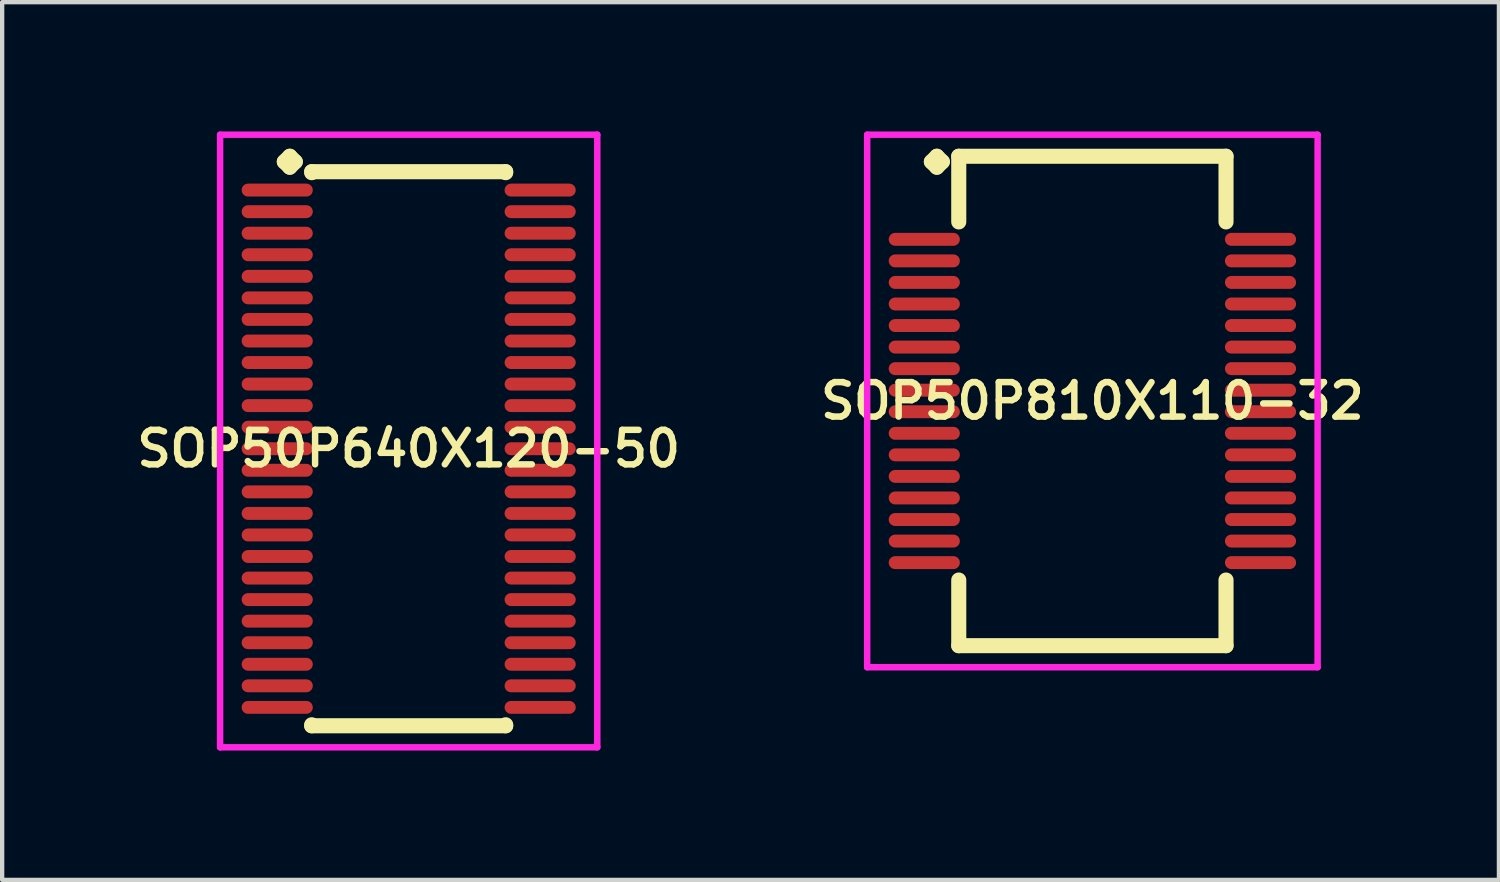
<source format=kicad_pcb>
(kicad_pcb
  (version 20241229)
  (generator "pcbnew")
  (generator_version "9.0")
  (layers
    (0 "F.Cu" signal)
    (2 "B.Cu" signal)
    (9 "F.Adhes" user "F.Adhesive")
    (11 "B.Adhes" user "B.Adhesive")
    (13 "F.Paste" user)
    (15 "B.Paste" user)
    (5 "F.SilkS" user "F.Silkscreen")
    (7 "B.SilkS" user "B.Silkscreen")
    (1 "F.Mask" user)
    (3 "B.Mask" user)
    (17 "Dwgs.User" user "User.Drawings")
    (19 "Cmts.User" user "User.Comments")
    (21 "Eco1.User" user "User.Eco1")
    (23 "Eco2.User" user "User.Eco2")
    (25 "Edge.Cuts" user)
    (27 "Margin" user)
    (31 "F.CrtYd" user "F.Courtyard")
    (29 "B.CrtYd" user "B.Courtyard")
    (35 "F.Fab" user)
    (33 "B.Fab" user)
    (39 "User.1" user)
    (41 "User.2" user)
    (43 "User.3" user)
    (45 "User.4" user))
  (footprint "SOP50P640X120-50"
    (layer "F.Cu")
    (at 6.431 7.36)
    (property "Reference" "SOP50P640X120-50" (at 0 0 0) (layer "F.SilkS") (effects (font (size 0.8 0.8) (thickness 0.15))))
    (attr smd)
    (fp_line (start -2.885 -6.658) (end -2.758 -6.785) (stroke (width 0.35) (type solid)) (layer "F.SilkS"))
    (fp_line (start -2.758 -6.785) (end -2.631 -6.658) (stroke (width 0.35) (type solid)) (layer "F.SilkS"))
    (fp_line (start -2.758 -6.531) (end -2.885 -6.658) (stroke (width 0.35) (type solid)) (layer "F.SilkS"))
    (fp_line (start -2.631 -6.658) (end -2.758 -6.531) (stroke (width 0.35) (type solid)) (layer "F.SilkS"))
    (fp_line (start -2.25 -6.427) (end 2.25 -6.427) (stroke (width 0.35) (type solid)) (layer "F.SilkS"))
    (fp_line (start -2.25 -6.404) (end -2.25 -6.427) (stroke (width 0.35) (type solid)) (layer "F.SilkS"))
    (fp_line (start -2.25 6.404) (end -2.25 6.427) (stroke (width 0.35) (type solid)) (layer "F.SilkS"))
    (fp_line (start -2.25 6.427) (end 2.25 6.427) (stroke (width 0.35) (type solid)) (layer "F.SilkS"))
    (fp_line (start 2.25 -6.427) (end 2.25 -6.404) (stroke (width 0.35) (type solid)) (layer "F.SilkS"))
    (fp_line (start 2.25 6.427) (end 2.25 6.404) (stroke (width 0.35) (type solid)) (layer "F.SilkS"))
    (fp_line (start -4.375 -7.285) (end 4.375 -7.285) (stroke (width 0.15) (type solid)) (layer "F.CrtYd"))
    (fp_line (start -4.375 6.927) (end -4.375 -7.285) (stroke (width 0.15) (type solid)) (layer "F.CrtYd"))
    (fp_line (start 4.375 -7.285) (end 4.375 6.927) (stroke (width 0.15) (type solid)) (layer "F.CrtYd"))
    (fp_line (start 4.375 6.927) (end -4.375 6.927) (stroke (width 0.15) (type solid)) (layer "F.CrtYd"))
    (pad "1" smd oval (at -3.05 -6) (size 1.65 0.3) (layers "F.Cu" "F.Mask" "F.Paste"))
    (pad "2" smd oval (at -3.05 -5.5) (size 1.65 0.3) (layers "F.Cu" "F.Mask" "F.Paste"))
    (pad "3" smd oval (at -3.05 -5) (size 1.65 0.3) (layers "F.Cu" "F.Mask" "F.Paste"))
    (pad "4" smd oval (at -3.05 -4.5) (size 1.65 0.3) (layers "F.Cu" "F.Mask" "F.Paste"))
    (pad "5" smd oval (at -3.05 -4) (size 1.65 0.3) (layers "F.Cu" "F.Mask" "F.Paste"))
    (pad "6" smd oval (at -3.05 -3.5) (size 1.65 0.3) (layers "F.Cu" "F.Mask" "F.Paste"))
    (pad "7" smd oval (at -3.05 -3) (size 1.65 0.3) (layers "F.Cu" "F.Mask" "F.Paste"))
    (pad "8" smd oval (at -3.05 -2.5) (size 1.65 0.3) (layers "F.Cu" "F.Mask" "F.Paste"))
    (pad "9" smd oval (at -3.05 -2) (size 1.65 0.3) (layers "F.Cu" "F.Mask" "F.Paste"))
    (pad "10" smd oval (at -3.05 -1.5) (size 1.65 0.3) (layers "F.Cu" "F.Mask" "F.Paste"))
    (pad "11" smd oval (at -3.05 -1) (size 1.65 0.3) (layers "F.Cu" "F.Mask" "F.Paste"))
    (pad "12" smd oval (at -3.05 -0.5) (size 1.65 0.3) (layers "F.Cu" "F.Mask" "F.Paste"))
    (pad "13" smd oval (at -3.05 0) (size 1.65 0.3) (layers "F.Cu" "F.Mask" "F.Paste"))
    (pad "14" smd oval (at -3.05 0.5) (size 1.65 0.3) (layers "F.Cu" "F.Mask" "F.Paste"))
    (pad "15" smd oval (at -3.05 1) (size 1.65 0.3) (layers "F.Cu" "F.Mask" "F.Paste"))
    (pad "16" smd oval (at -3.05 1.5) (size 1.65 0.3) (layers "F.Cu" "F.Mask" "F.Paste"))
    (pad "17" smd oval (at -3.05 2) (size 1.65 0.3) (layers "F.Cu" "F.Mask" "F.Paste"))
    (pad "18" smd oval (at -3.05 2.5) (size 1.65 0.3) (layers "F.Cu" "F.Mask" "F.Paste"))
    (pad "19" smd oval (at -3.05 3) (size 1.65 0.3) (layers "F.Cu" "F.Mask" "F.Paste"))
    (pad "20" smd oval (at -3.05 3.5) (size 1.65 0.3) (layers "F.Cu" "F.Mask" "F.Paste"))
    (pad "21" smd oval (at -3.05 4) (size 1.65 0.3) (layers "F.Cu" "F.Mask" "F.Paste"))
    (pad "22" smd oval (at -3.05 4.5) (size 1.65 0.3) (layers "F.Cu" "F.Mask" "F.Paste"))
    (pad "23" smd oval (at -3.05 5) (size 1.65 0.3) (layers "F.Cu" "F.Mask" "F.Paste"))
    (pad "24" smd oval (at -3.05 5.5) (size 1.65 0.3) (layers "F.Cu" "F.Mask" "F.Paste"))
    (pad "25" smd oval (at -3.05 6) (size 1.65 0.3) (layers "F.Cu" "F.Mask" "F.Paste"))
    (pad "26" smd oval (at 3.05 6) (size 1.65 0.3) (layers "F.Cu" "F.Mask" "F.Paste"))
    (pad "27" smd oval (at 3.05 5.5) (size 1.65 0.3) (layers "F.Cu" "F.Mask" "F.Paste"))
    (pad "28" smd oval (at 3.05 5) (size 1.65 0.3) (layers "F.Cu" "F.Mask" "F.Paste"))
    (pad "29" smd oval (at 3.05 4.5) (size 1.65 0.3) (layers "F.Cu" "F.Mask" "F.Paste"))
    (pad "30" smd oval (at 3.05 4) (size 1.65 0.3) (layers "F.Cu" "F.Mask" "F.Paste"))
    (pad "31" smd oval (at 3.05 3.5) (size 1.65 0.3) (layers "F.Cu" "F.Mask" "F.Paste"))
    (pad "32" smd oval (at 3.05 3) (size 1.65 0.3) (layers "F.Cu" "F.Mask" "F.Paste"))
    (pad "33" smd oval (at 3.05 2.5) (size 1.65 0.3) (layers "F.Cu" "F.Mask" "F.Paste"))
    (pad "34" smd oval (at 3.05 2) (size 1.65 0.3) (layers "F.Cu" "F.Mask" "F.Paste"))
    (pad "35" smd oval (at 3.05 1.5) (size 1.65 0.3) (layers "F.Cu" "F.Mask" "F.Paste"))
    (pad "36" smd oval (at 3.05 1) (size 1.65 0.3) (layers "F.Cu" "F.Mask" "F.Paste"))
    (pad "37" smd oval (at 3.05 0.5) (size 1.65 0.3) (layers "F.Cu" "F.Mask" "F.Paste"))
    (pad "38" smd oval (at 3.05 0) (size 1.65 0.3) (layers "F.Cu" "F.Mask" "F.Paste"))
    (pad "39" smd oval (at 3.05 -0.5) (size 1.65 0.3) (layers "F.Cu" "F.Mask" "F.Paste"))
    (pad "40" smd oval (at 3.05 -1) (size 1.65 0.3) (layers "F.Cu" "F.Mask" "F.Paste"))
    (pad "41" smd oval (at 3.05 -1.5) (size 1.65 0.3) (layers "F.Cu" "F.Mask" "F.Paste"))
    (pad "42" smd oval (at 3.05 -2) (size 1.65 0.3) (layers "F.Cu" "F.Mask" "F.Paste"))
    (pad "43" smd oval (at 3.05 -2.5) (size 1.65 0.3) (layers "F.Cu" "F.Mask" "F.Paste"))
    (pad "44" smd oval (at 3.05 -3) (size 1.65 0.3) (layers "F.Cu" "F.Mask" "F.Paste"))
    (pad "45" smd oval (at 3.05 -3.5) (size 1.65 0.3) (layers "F.Cu" "F.Mask" "F.Paste"))
    (pad "46" smd oval (at 3.05 -4) (size 1.65 0.3) (layers "F.Cu" "F.Mask" "F.Paste"))
    (pad "47" smd oval (at 3.05 -4.5) (size 1.65 0.3) (layers "F.Cu" "F.Mask" "F.Paste"))
    (pad "48" smd oval (at 3.05 -5) (size 1.65 0.3) (layers "F.Cu" "F.Mask" "F.Paste"))
    (pad "49" smd oval (at 3.05 -5.5) (size 1.65 0.3) (layers "F.Cu" "F.Mask" "F.Paste"))
    (pad "50" smd oval (at 3.05 -6) (size 1.65 0.3) (layers "F.Cu" "F.Mask" "F.Paste")))
  (footprint "SOP50P810X110-32"
    (layer "F.Cu")
    (at 22.292 6.252)
    (property "Reference" "SOP50P810X110-32" (at 0 0 0) (layer "F.SilkS") (effects (font (size 0.8 0.8) (thickness 0.15))))
    (attr smd)
    (fp_line (start -3.735 -5.55) (end -3.608 -5.677) (stroke (width 0.35) (type solid)) (layer "F.SilkS"))
    (fp_line (start -3.608 -5.677) (end -3.481 -5.55) (stroke (width 0.35) (type solid)) (layer "F.SilkS"))
    (fp_line (start -3.608 -5.423) (end -3.735 -5.55) (stroke (width 0.35) (type solid)) (layer "F.SilkS"))
    (fp_line (start -3.481 -5.55) (end -3.608 -5.423) (stroke (width 0.35) (type solid)) (layer "F.SilkS"))
    (fp_line (start -3.1 -5.677) (end 3.1 -5.677) (stroke (width 0.35) (type solid)) (layer "F.SilkS"))
    (fp_line (start -3.1 -4.154) (end -3.1 -5.677) (stroke (width 0.35) (type solid)) (layer "F.SilkS"))
    (fp_line (start -3.1 4.154) (end -3.1 5.677) (stroke (width 0.35) (type solid)) (layer "F.SilkS"))
    (fp_line (start -3.1 5.677) (end 3.1 5.677) (stroke (width 0.35) (type solid)) (layer "F.SilkS"))
    (fp_line (start 3.1 -5.677) (end 3.1 -4.154) (stroke (width 0.35) (type solid)) (layer "F.SilkS"))
    (fp_line (start 3.1 5.677) (end 3.1 4.154) (stroke (width 0.35) (type solid)) (layer "F.SilkS"))
    (fp_line (start -5.225 -6.177) (end 5.225 -6.177) (stroke (width 0.15) (type solid)) (layer "F.CrtYd"))
    (fp_line (start -5.225 6.177) (end -5.225 -6.177) (stroke (width 0.15) (type solid)) (layer "F.CrtYd"))
    (fp_line (start 5.225 -6.177) (end 5.225 6.177) (stroke (width 0.15) (type solid)) (layer "F.CrtYd"))
    (fp_line (start 5.225 6.177) (end -5.225 6.177) (stroke (width 0.15) (type solid)) (layer "F.CrtYd"))
    (pad "1" smd oval (at -3.9 -3.75) (size 1.65 0.3) (layers "F.Cu" "F.Mask" "F.Paste"))
    (pad "2" smd oval (at -3.9 -3.25) (size 1.65 0.3) (layers "F.Cu" "F.Mask" "F.Paste"))
    (pad "3" smd oval (at -3.9 -2.75) (size 1.65 0.3) (layers "F.Cu" "F.Mask" "F.Paste"))
    (pad "4" smd oval (at -3.9 -2.25) (size 1.65 0.3) (layers "F.Cu" "F.Mask" "F.Paste"))
    (pad "5" smd oval (at -3.9 -1.75) (size 1.65 0.3) (layers "F.Cu" "F.Mask" "F.Paste"))
    (pad "6" smd oval (at -3.9 -1.25) (size 1.65 0.3) (layers "F.Cu" "F.Mask" "F.Paste"))
    (pad "7" smd oval (at -3.9 -0.75) (size 1.65 0.3) (layers "F.Cu" "F.Mask" "F.Paste"))
    (pad "8" smd oval (at -3.9 -0.25) (size 1.65 0.3) (layers "F.Cu" "F.Mask" "F.Paste"))
    (pad "9" smd oval (at -3.9 0.25) (size 1.65 0.3) (layers "F.Cu" "F.Mask" "F.Paste"))
    (pad "10" smd oval (at -3.9 0.75) (size 1.65 0.3) (layers "F.Cu" "F.Mask" "F.Paste"))
    (pad "11" smd oval (at -3.9 1.25) (size 1.65 0.3) (layers "F.Cu" "F.Mask" "F.Paste"))
    (pad "12" smd oval (at -3.9 1.75) (size 1.65 0.3) (layers "F.Cu" "F.Mask" "F.Paste"))
    (pad "13" smd oval (at -3.9 2.25) (size 1.65 0.3) (layers "F.Cu" "F.Mask" "F.Paste"))
    (pad "14" smd oval (at -3.9 2.75) (size 1.65 0.3) (layers "F.Cu" "F.Mask" "F.Paste"))
    (pad "15" smd oval (at -3.9 3.25) (size 1.65 0.3) (layers "F.Cu" "F.Mask" "F.Paste"))
    (pad "16" smd oval (at -3.9 3.75) (size 1.65 0.3) (layers "F.Cu" "F.Mask" "F.Paste"))
    (pad "17" smd oval (at 3.9 3.75) (size 1.65 0.3) (layers "F.Cu" "F.Mask" "F.Paste"))
    (pad "18" smd oval (at 3.9 3.25) (size 1.65 0.3) (layers "F.Cu" "F.Mask" "F.Paste"))
    (pad "19" smd oval (at 3.9 2.75) (size 1.65 0.3) (layers "F.Cu" "F.Mask" "F.Paste"))
    (pad "20" smd oval (at 3.9 2.25) (size 1.65 0.3) (layers "F.Cu" "F.Mask" "F.Paste"))
    (pad "21" smd oval (at 3.9 1.75) (size 1.65 0.3) (layers "F.Cu" "F.Mask" "F.Paste"))
    (pad "22" smd oval (at 3.9 1.25) (size 1.65 0.3) (layers "F.Cu" "F.Mask" "F.Paste"))
    (pad "23" smd oval (at 3.9 0.75) (size 1.65 0.3) (layers "F.Cu" "F.Mask" "F.Paste"))
    (pad "24" smd oval (at 3.9 0.25) (size 1.65 0.3) (layers "F.Cu" "F.Mask" "F.Paste"))
    (pad "25" smd oval (at 3.9 -0.25) (size 1.65 0.3) (layers "F.Cu" "F.Mask" "F.Paste"))
    (pad "26" smd oval (at 3.9 -0.75) (size 1.65 0.3) (layers "F.Cu" "F.Mask" "F.Paste"))
    (pad "27" smd oval (at 3.9 -1.25) (size 1.65 0.3) (layers "F.Cu" "F.Mask" "F.Paste"))
    (pad "28" smd oval (at 3.9 -1.75) (size 1.65 0.3) (layers "F.Cu" "F.Mask" "F.Paste"))
    (pad "29" smd oval (at 3.9 -2.25) (size 1.65 0.3) (layers "F.Cu" "F.Mask" "F.Paste"))
    (pad "30" smd oval (at 3.9 -2.75) (size 1.65 0.3) (layers "F.Cu" "F.Mask" "F.Paste"))
    (pad "31" smd oval (at 3.9 -3.25) (size 1.65 0.3) (layers "F.Cu" "F.Mask" "F.Paste"))
    (pad "32" smd oval (at 3.9 -3.75) (size 1.65 0.3) (layers "F.Cu" "F.Mask" "F.Paste")))
  (gr_rect
    (start -3 -3)
    (end 31.723 17.362)
    (stroke (width 0.1) (type default))
    (fill no)
    (layer "Edge.Cuts")))
</source>
